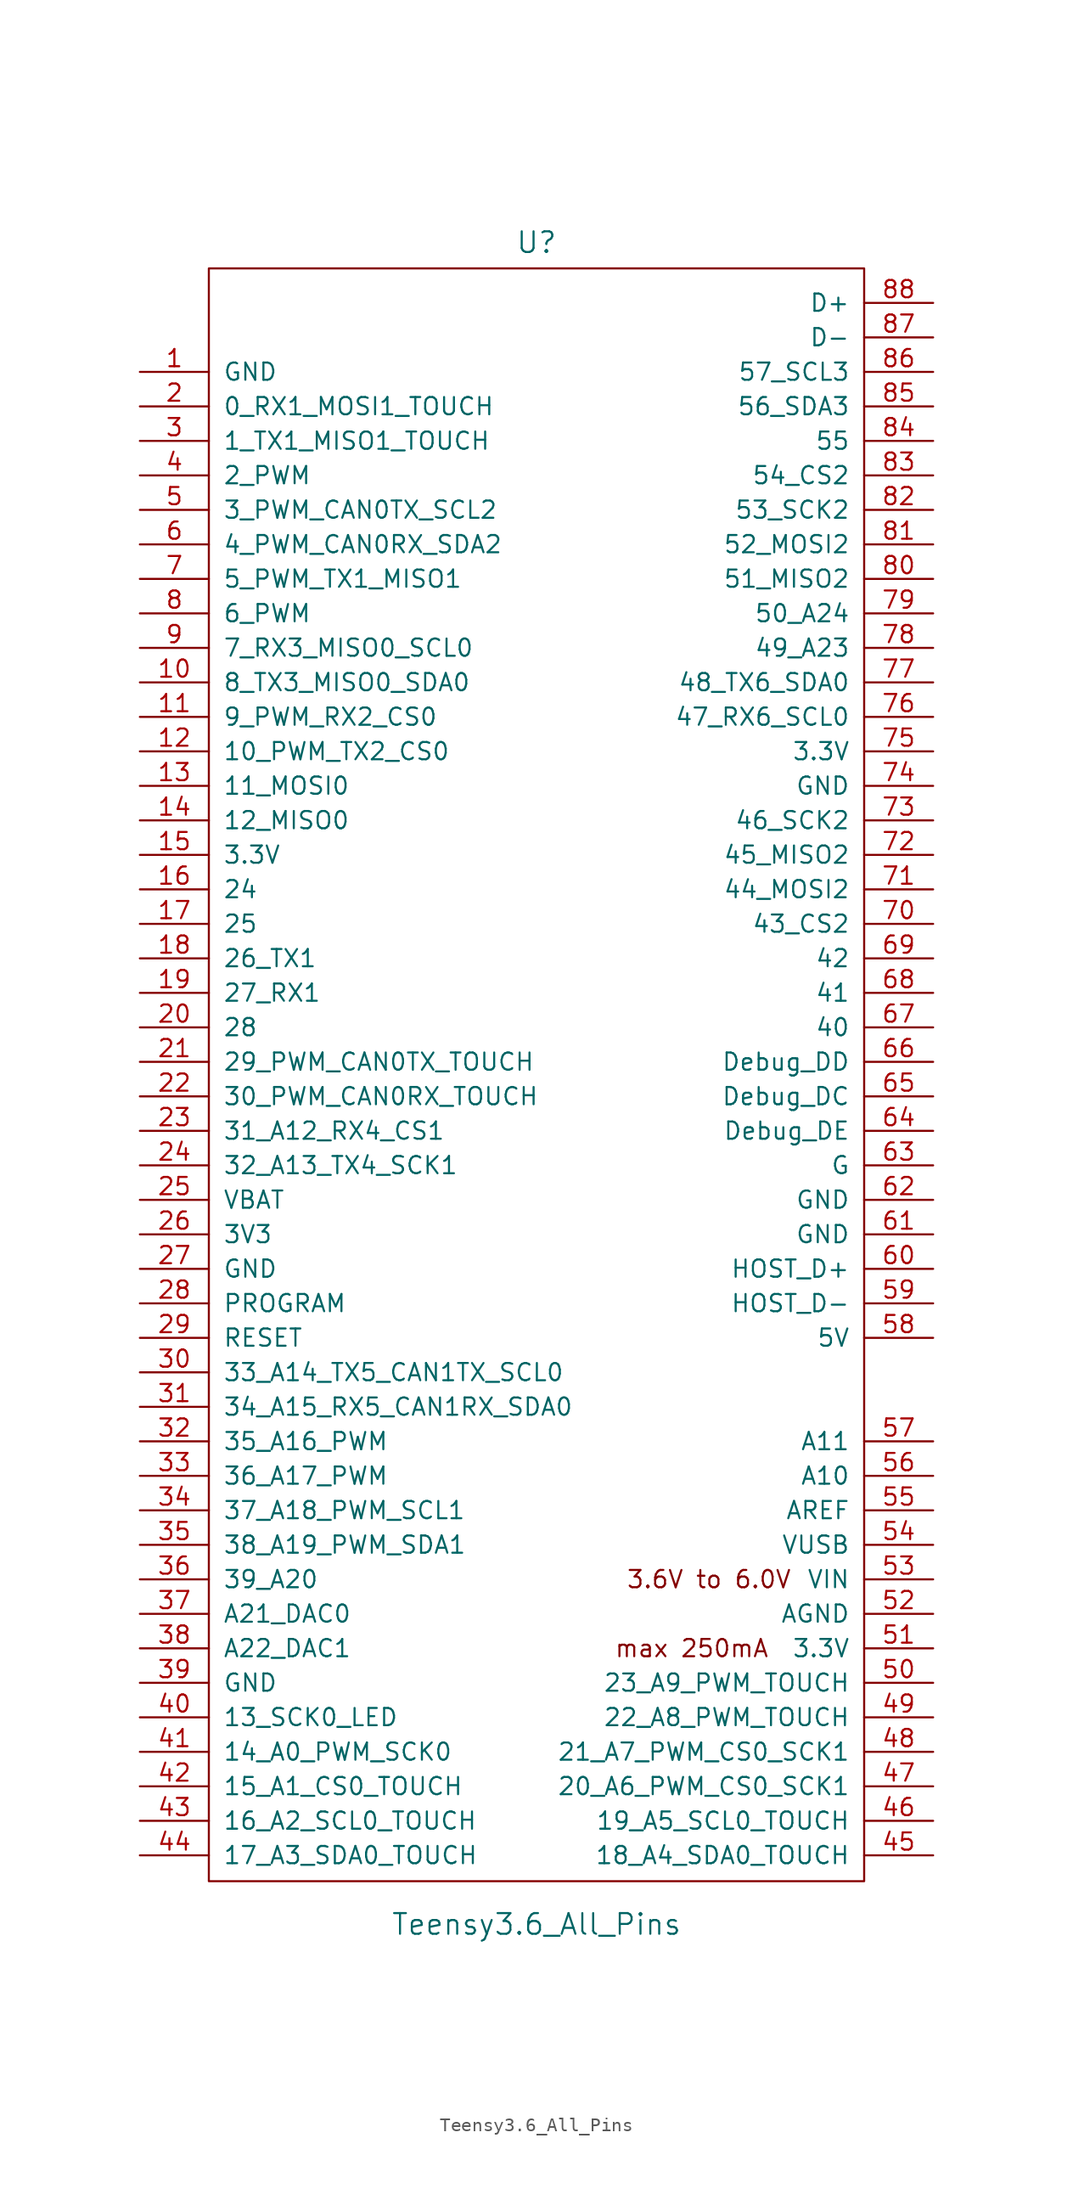
<source format=kicad_sym>
(kicad_symbol_lib
  (version 20241209)
  (generator "kicad_symbol_editor")
  (generator_version "9.0")
  (symbol "Teensy3.6_All_Pins"
    (pin_names
      (offset 1.016))
    (property "Reference" "U"
      (at 0 64.135 0)
      (effects (font (size 1.524 1.524))))
    (property "Value" "Teensy3.6_All_Pins"
      (at 0 -59.69 0)
      (effects (font (size 1.524 1.524))))
    (property "Footprint" ""
      (at 0 1.27 0)
      (effects (font (size 1.524 1.524))))
    (property "Datasheet" ""
      (at 0 1.27 0)
      (effects (font (size 1.524 1.524))))
    (symbol "Teensy3.6_All_Pins_0_0"
      (rectangle (start -24.13 62.23) (end 24.13 -56.515) (stroke (width 0) (type solid)) (fill (type none)))
      (text "max 250mA" (at 11.43 -39.37 0) (effects (font (size 1.27 1.27))))
      (text "3.6V to 6.0V" (at 12.7 -34.29 0) (effects (font (size 1.27 1.27)))))
    (symbol "Teensy3.6_All_Pins_1_1"
      (pin power_in line (at -29.21 54.61 0) (length 5.08) (name "GND" (effects (font (size 1.27 1.27)))) (number "1" (effects (font (size 1.27 1.27)))))
      (pin bidirectional line (at -29.21 52.07 0) (length 5.08) (name "0_RX1_MOSI1_TOUCH" (effects (font (size 1.27 1.27)))) (number "2" (effects (font (size 1.27 1.27)))))
      (pin bidirectional line (at -29.21 49.53 0) (length 5.08) (name "1_TX1_MISO1_TOUCH" (effects (font (size 1.27 1.27)))) (number "3" (effects (font (size 1.27 1.27)))))
      (pin bidirectional line (at -29.21 46.99 0) (length 5.08) (name "2_PWM" (effects (font (size 1.27 1.27)))) (number "4" (effects (font (size 1.27 1.27)))))
      (pin bidirectional line (at -29.21 44.45 0) (length 5.08) (name "3_PWM_CAN0TX_SCL2" (effects (font (size 1.27 1.27)))) (number "5" (effects (font (size 1.27 1.27)))))
      (pin bidirectional line (at -29.21 41.91 0) (length 5.08) (name "4_PWM_CAN0RX_SDA2" (effects (font (size 1.27 1.27)))) (number "6" (effects (font (size 1.27 1.27)))))
      (pin bidirectional line (at -29.21 39.37 0) (length 5.08) (name "5_PWM_TX1_MISO1" (effects (font (size 1.27 1.27)))) (number "7" (effects (font (size 1.27 1.27)))))
      (pin bidirectional line (at -29.21 36.83 0) (length 5.08) (name "6_PWM" (effects (font (size 1.27 1.27)))) (number "8" (effects (font (size 1.27 1.27)))))
      (pin bidirectional line (at -29.21 34.29 0) (length 5.08) (name "7_RX3_MISO0_SCL0" (effects (font (size 1.27 1.27)))) (number "9" (effects (font (size 1.27 1.27)))))
      (pin bidirectional line (at -29.21 31.75 0) (length 5.08) (name "8_TX3_MISO0_SDA0" (effects (font (size 1.27 1.27)))) (number "10" (effects (font (size 1.27 1.27)))))
      (pin bidirectional line (at -29.21 29.21 0) (length 5.08) (name "9_PWM_RX2_CS0" (effects (font (size 1.27 1.27)))) (number "11" (effects (font (size 1.27 1.27)))))
      (pin bidirectional line (at -29.21 26.67 0) (length 5.08) (name "10_PWM_TX2_CS0" (effects (font (size 1.27 1.27)))) (number "12" (effects (font (size 1.27 1.27)))))
      (pin bidirectional line (at -29.21 24.13 0) (length 5.08) (name "11_MOSI0" (effects (font (size 1.27 1.27)))) (number "13" (effects (font (size 1.27 1.27)))))
      (pin bidirectional line (at -29.21 21.59 0) (length 5.08) (name "12_MISO0" (effects (font (size 1.27 1.27)))) (number "14" (effects (font (size 1.27 1.27)))))
      (pin power_in line (at -29.21 19.05 0) (length 5.08) (name "3.3V" (effects (font (size 1.27 1.27)))) (number "15" (effects (font (size 1.27 1.27)))))
      (pin bidirectional line (at -29.21 16.51 0) (length 5.08) (name "24" (effects (font (size 1.27 1.27)))) (number "16" (effects (font (size 1.27 1.27)))))
      (pin bidirectional line (at -29.21 13.97 0) (length 5.08) (name "25" (effects (font (size 1.27 1.27)))) (number "17" (effects (font (size 1.27 1.27)))))
      (pin bidirectional line (at -29.21 11.43 0) (length 5.08) (name "26_TX1" (effects (font (size 1.27 1.27)))) (number "18" (effects (font (size 1.27 1.27)))))
      (pin bidirectional line (at -29.21 8.89 0) (length 5.08) (name "27_RX1" (effects (font (size 1.27 1.27)))) (number "19" (effects (font (size 1.27 1.27)))))
      (pin bidirectional line (at -29.21 6.35 0) (length 5.08) (name "28" (effects (font (size 1.27 1.27)))) (number "20" (effects (font (size 1.27 1.27)))))
      (pin bidirectional line (at -29.21 3.81 0) (length 5.08) (name "29_PWM_CAN0TX_TOUCH" (effects (font (size 1.27 1.27)))) (number "21" (effects (font (size 1.27 1.27)))))
      (pin bidirectional line (at -29.21 1.27 0) (length 5.08) (name "30_PWM_CAN0RX_TOUCH" (effects (font (size 1.27 1.27)))) (number "22" (effects (font (size 1.27 1.27)))))
      (pin bidirectional line (at -29.21 -1.27 0) (length 5.08) (name "31_A12_RX4_CS1" (effects (font (size 1.27 1.27)))) (number "23" (effects (font (size 1.27 1.27)))))
      (pin bidirectional line (at -29.21 -3.81 0) (length 5.08) (name "32_A13_TX4_SCK1" (effects (font (size 1.27 1.27)))) (number "24" (effects (font (size 1.27 1.27)))))
      (pin power_in line (at -29.21 -6.35 0) (length 5.08) (name "VBAT" (effects (font (size 1.27 1.27)))) (number "25" (effects (font (size 1.27 1.27)))))
      (pin power_in line (at -29.21 -8.89 0) (length 5.08) (name "3V3" (effects (font (size 1.27 1.27)))) (number "26" (effects (font (size 1.27 1.27)))))
      (pin power_in line (at -29.21 -11.43 0) (length 5.08) (name "GND" (effects (font (size 1.27 1.27)))) (number "27" (effects (font (size 1.27 1.27)))))
      (pin input line (at -29.21 -13.97 0) (length 5.08) (name "PROGRAM" (effects (font (size 1.27 1.27)))) (number "28" (effects (font (size 1.27 1.27)))))
      (pin input line (at -29.21 -16.51 0) (length 5.08) (name "RESET" (effects (font (size 1.27 1.27)))) (number "29" (effects (font (size 1.27 1.27)))))
      (pin bidirectional line (at -29.21 -19.05 0) (length 5.08) (name "33_A14_TX5_CAN1TX_SCL0" (effects (font (size 1.27 1.27)))) (number "30" (effects (font (size 1.27 1.27)))))
      (pin bidirectional line (at -29.21 -21.59 0) (length 5.08) (name "34_A15_RX5_CAN1RX_SDA0" (effects (font (size 1.27 1.27)))) (number "31" (effects (font (size 1.27 1.27)))))
      (pin bidirectional line (at -29.21 -24.13 0) (length 5.08) (name "35_A16_PWM" (effects (font (size 1.27 1.27)))) (number "32" (effects (font (size 1.27 1.27)))))
      (pin bidirectional line (at -29.21 -26.67 0) (length 5.08) (name "36_A17_PWM" (effects (font (size 1.27 1.27)))) (number "33" (effects (font (size 1.27 1.27)))))
      (pin bidirectional line (at -29.21 -29.21 0) (length 5.08) (name "37_A18_PWM_SCL1" (effects (font (size 1.27 1.27)))) (number "34" (effects (font (size 1.27 1.27)))))
      (pin bidirectional line (at -29.21 -31.75 0) (length 5.08) (name "38_A19_PWM_SDA1" (effects (font (size 1.27 1.27)))) (number "35" (effects (font (size 1.27 1.27)))))
      (pin bidirectional line (at -29.21 -34.29 0) (length 5.08) (name "39_A20" (effects (font (size 1.27 1.27)))) (number "36" (effects (font (size 1.27 1.27)))))
      (pin bidirectional line (at -29.21 -36.83 0) (length 5.08) (name "A21_DAC0" (effects (font (size 1.27 1.27)))) (number "37" (effects (font (size 1.27 1.27)))))
      (pin bidirectional line (at -29.21 -39.37 0) (length 5.08) (name "A22_DAC1" (effects (font (size 1.27 1.27)))) (number "38" (effects (font (size 1.27 1.27)))))
      (pin power_in line (at -29.21 -41.91 0) (length 5.08) (name "GND" (effects (font (size 1.27 1.27)))) (number "39" (effects (font (size 1.27 1.27)))))
      (pin bidirectional line (at -29.21 -44.45 0) (length 5.08) (name "13_SCK0_LED" (effects (font (size 1.27 1.27)))) (number "40" (effects (font (size 1.27 1.27)))))
      (pin bidirectional line (at -29.21 -46.99 0) (length 5.08) (name "14_A0_PWM_SCK0" (effects (font (size 1.27 1.27)))) (number "41" (effects (font (size 1.27 1.27)))))
      (pin bidirectional line (at -29.21 -49.53 0) (length 5.08) (name "15_A1_CS0_TOUCH" (effects (font (size 1.27 1.27)))) (number "42" (effects (font (size 1.27 1.27)))))
      (pin bidirectional line (at -29.21 -52.07 0) (length 5.08) (name "16_A2_SCL0_TOUCH" (effects (font (size 1.27 1.27)))) (number "43" (effects (font (size 1.27 1.27)))))
      (pin bidirectional line (at -29.21 -54.61 0) (length 5.08) (name "17_A3_SDA0_TOUCH" (effects (font (size 1.27 1.27)))) (number "44" (effects (font (size 1.27 1.27)))))
      (pin input line (at 29.21 59.69 180) (length 5.08) (name "D+" (effects (font (size 1.27 1.27)))) (number "88" (effects (font (size 1.27 1.27)))))
      (pin input line (at 29.21 57.15 180) (length 5.08) (name "D-" (effects (font (size 1.27 1.27)))) (number "87" (effects (font (size 1.27 1.27)))))
      (pin bidirectional line (at 29.21 54.61 180) (length 5.08) (name "57_SCL3" (effects (font (size 1.27 1.27)))) (number "86" (effects (font (size 1.27 1.27)))))
      (pin bidirectional line (at 29.21 52.07 180) (length 5.08) (name "56_SDA3" (effects (font (size 1.27 1.27)))) (number "85" (effects (font (size 1.27 1.27)))))
      (pin bidirectional line (at 29.21 49.53 180) (length 5.08) (name "55" (effects (font (size 1.27 1.27)))) (number "84" (effects (font (size 1.27 1.27)))))
      (pin bidirectional line (at 29.21 46.99 180) (length 5.08) (name "54_CS2" (effects (font (size 1.27 1.27)))) (number "83" (effects (font (size 1.27 1.27)))))
      (pin bidirectional line (at 29.21 44.45 180) (length 5.08) (name "53_SCK2" (effects (font (size 1.27 1.27)))) (number "82" (effects (font (size 1.27 1.27)))))
      (pin bidirectional line (at 29.21 41.91 180) (length 5.08) (name "52_MOSI2" (effects (font (size 1.27 1.27)))) (number "81" (effects (font (size 1.27 1.27)))))
      (pin bidirectional line (at 29.21 39.37 180) (length 5.08) (name "51_MISO2" (effects (font (size 1.27 1.27)))) (number "80" (effects (font (size 1.27 1.27)))))
      (pin bidirectional line (at 29.21 36.83 180) (length 5.08) (name "50_A24" (effects (font (size 1.27 1.27)))) (number "79" (effects (font (size 1.27 1.27)))))
      (pin bidirectional line (at 29.21 34.29 180) (length 5.08) (name "49_A23" (effects (font (size 1.27 1.27)))) (number "78" (effects (font (size 1.27 1.27)))))
      (pin bidirectional line (at 29.21 31.75 180) (length 5.08) (name "48_TX6_SDA0" (effects (font (size 1.27 1.27)))) (number "77" (effects (font (size 1.27 1.27)))))
      (pin bidirectional line (at 29.21 29.21 180) (length 5.08) (name "47_RX6_SCL0" (effects (font (size 1.27 1.27)))) (number "76" (effects (font (size 1.27 1.27)))))
      (pin power_in line (at 29.21 26.67 180) (length 5.08) (name "3.3V" (effects (font (size 1.27 1.27)))) (number "75" (effects (font (size 1.27 1.27)))))
      (pin power_in line (at 29.21 24.13 180) (length 5.08) (name "GND" (effects (font (size 1.27 1.27)))) (number "74" (effects (font (size 1.27 1.27)))))
      (pin bidirectional line (at 29.21 21.59 180) (length 5.08) (name "46_SCK2" (effects (font (size 1.27 1.27)))) (number "73" (effects (font (size 1.27 1.27)))))
      (pin bidirectional line (at 29.21 19.05 180) (length 5.08) (name "45_MISO2" (effects (font (size 1.27 1.27)))) (number "72" (effects (font (size 1.27 1.27)))))
      (pin bidirectional line (at 29.21 16.51 180) (length 5.08) (name "44_MOSI2" (effects (font (size 1.27 1.27)))) (number "71" (effects (font (size 1.27 1.27)))))
      (pin bidirectional line (at 29.21 13.97 180) (length 5.08) (name "43_CS2" (effects (font (size 1.27 1.27)))) (number "70" (effects (font (size 1.27 1.27)))))
      (pin bidirectional line (at 29.21 11.43 180) (length 5.08) (name "42" (effects (font (size 1.27 1.27)))) (number "69" (effects (font (size 1.27 1.27)))))
      (pin bidirectional line (at 29.21 8.89 180) (length 5.08) (name "41" (effects (font (size 1.27 1.27)))) (number "68" (effects (font (size 1.27 1.27)))))
      (pin bidirectional line (at 29.21 6.35 180) (length 5.08) (name "40" (effects (font (size 1.27 1.27)))) (number "67" (effects (font (size 1.27 1.27)))))
      (pin input line (at 29.21 3.81 180) (length 5.08) (name "Debug_DD" (effects (font (size 1.27 1.27)))) (number "66" (effects (font (size 1.27 1.27)))))
      (pin input line (at 29.21 1.27 180) (length 5.08) (name "Debug_DC" (effects (font (size 1.27 1.27)))) (number "65" (effects (font (size 1.27 1.27)))))
      (pin input line (at 29.21 -1.27 180) (length 5.08) (name "Debug_DE" (effects (font (size 1.27 1.27)))) (number "64" (effects (font (size 1.27 1.27)))))
      (pin power_in line (at 29.21 -3.81 180) (length 5.08) (name "G" (effects (font (size 1.27 1.27)))) (number "63" (effects (font (size 1.27 1.27)))))
      (pin power_in line (at 29.21 -6.35 180) (length 5.08) (name "GND" (effects (font (size 1.27 1.27)))) (number "62" (effects (font (size 1.27 1.27)))))
      (pin power_in line (at 29.21 -8.89 180) (length 5.08) (name "GND" (effects (font (size 1.27 1.27)))) (number "61" (effects (font (size 1.27 1.27)))))
      (pin bidirectional line (at 29.21 -11.43 180) (length 5.08) (name "HOST_D+" (effects (font (size 1.27 1.27)))) (number "60" (effects (font (size 1.27 1.27)))))
      (pin bidirectional line (at 29.21 -13.97 180) (length 5.08) (name "HOST_D-" (effects (font (size 1.27 1.27)))) (number "59" (effects (font (size 1.27 1.27)))))
      (pin power_in line (at 29.21 -16.51 180) (length 5.08) (name "5V" (effects (font (size 1.27 1.27)))) (number "58" (effects (font (size 1.27 1.27)))))
      (pin bidirectional line (at 29.21 -24.13 180) (length 5.08) (name "A11" (effects (font (size 1.27 1.27)))) (number "57" (effects (font (size 1.27 1.27)))))
      (pin bidirectional line (at 29.21 -26.67 180) (length 5.08) (name "A10" (effects (font (size 1.27 1.27)))) (number "56" (effects (font (size 1.27 1.27)))))
      (pin input line (at 29.21 -29.21 180) (length 5.08) (name "AREF" (effects (font (size 1.27 1.27)))) (number "55" (effects (font (size 1.27 1.27)))))
      (pin power_in line (at 29.21 -31.75 180) (length 5.08) (name "VUSB" (effects (font (size 1.27 1.27)))) (number "54" (effects (font (size 1.27 1.27)))))
      (pin power_in line (at 29.21 -34.29 180) (length 5.08) (name "VIN" (effects (font (size 1.27 1.27)))) (number "53" (effects (font (size 1.27 1.27)))))
      (pin power_out line (at 29.21 -36.83 180) (length 5.08) (name "AGND" (effects (font (size 1.27 1.27)))) (number "52" (effects (font (size 1.27 1.27)))))
      (pin power_out line (at 29.21 -39.37 180) (length 5.08) (name "3.3V" (effects (font (size 1.27 1.27)))) (number "51" (effects (font (size 1.27 1.27)))))
      (pin bidirectional line (at 29.21 -41.91 180) (length 5.08) (name "23_A9_PWM_TOUCH" (effects (font (size 1.27 1.27)))) (number "50" (effects (font (size 1.27 1.27)))))
      (pin bidirectional line (at 29.21 -44.45 180) (length 5.08) (name "22_A8_PWM_TOUCH" (effects (font (size 1.27 1.27)))) (number "49" (effects (font (size 1.27 1.27)))))
      (pin bidirectional line (at 29.21 -46.99 180) (length 5.08) (name "21_A7_PWM_CS0_SCK1" (effects (font (size 1.27 1.27)))) (number "48" (effects (font (size 1.27 1.27)))))
      (pin bidirectional line (at 29.21 -49.53 180) (length 5.08) (name "20_A6_PWM_CS0_SCK1" (effects (font (size 1.27 1.27)))) (number "47" (effects (font (size 1.27 1.27)))))
      (pin bidirectional line (at 29.21 -52.07 180) (length 5.08) (name "19_A5_SCL0_TOUCH" (effects (font (size 1.27 1.27)))) (number "46" (effects (font (size 1.27 1.27)))))
      (pin bidirectional line (at 29.21 -54.61 180) (length 5.08) (name "18_A4_SDA0_TOUCH" (effects (font (size 1.27 1.27)))) (number "45" (effects (font (size 1.27 1.27))))))))
</source>
